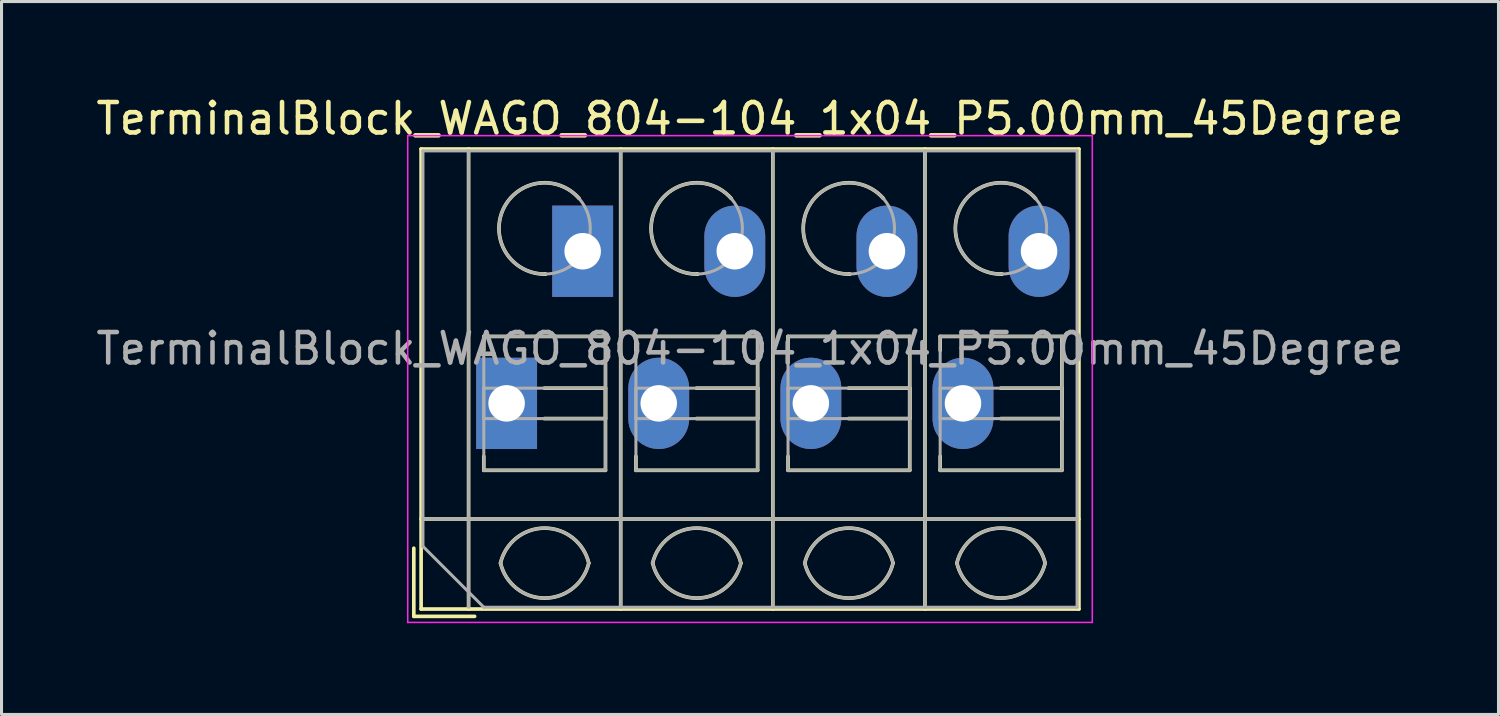
<source format=kicad_pcb>
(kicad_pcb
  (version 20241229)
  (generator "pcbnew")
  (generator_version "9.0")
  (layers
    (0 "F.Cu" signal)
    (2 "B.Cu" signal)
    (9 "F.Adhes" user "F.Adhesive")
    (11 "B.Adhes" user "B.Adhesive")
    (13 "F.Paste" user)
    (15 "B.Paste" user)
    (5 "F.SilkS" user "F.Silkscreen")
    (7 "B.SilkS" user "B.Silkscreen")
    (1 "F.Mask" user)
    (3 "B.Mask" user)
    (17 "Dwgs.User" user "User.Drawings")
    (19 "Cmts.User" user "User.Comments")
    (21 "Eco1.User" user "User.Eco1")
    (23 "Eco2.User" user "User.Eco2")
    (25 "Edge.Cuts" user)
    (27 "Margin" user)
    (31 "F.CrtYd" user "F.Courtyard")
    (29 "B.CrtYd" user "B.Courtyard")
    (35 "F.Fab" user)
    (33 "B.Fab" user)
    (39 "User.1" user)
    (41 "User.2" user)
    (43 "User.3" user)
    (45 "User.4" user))
  (footprint "TerminalBlock_WAGO_804-104_1x04_P5.00mm_45Degree"
    (layer "F.Cu")
    (at 13.601 10.208)
    (property "Reference" "TerminalBlock_WAGO_804-104_1x04_P5.00mm_45Degree" (at 8 -9.36 0) (layer "F.SilkS") (effects (font (size 1 1) (thickness 0.15))))
    (attr through_hole)
    (fp_line (start -3.05 4.76) (end -3.05 7) (stroke (width 0.12) (type solid)) (layer "F.SilkS"))
    (fp_line (start -3.05 7) (end -1.05 7) (stroke (width 0.12) (type solid)) (layer "F.SilkS"))
    (fp_line (start -2.81 -8.361) (end -2.81 6.76) (stroke (width 0.12) (type solid)) (layer "F.SilkS"))
    (fp_line (start -2.81 -8.361) (end 18.811 -8.361) (stroke (width 0.12) (type solid)) (layer "F.SilkS"))
    (fp_line (start -2.81 3.8) (end 18.811 3.8) (stroke (width 0.12) (type solid)) (layer "F.SilkS"))
    (fp_line (start -2.81 6.76) (end 18.811 6.76) (stroke (width 0.12) (type solid)) (layer "F.SilkS"))
    (fp_line (start -1.25 -8.361) (end -1.25 6.76) (stroke (width 0.12) (type solid)) (layer "F.SilkS"))
    (fp_line (start -0.75 -2.2) (end -0.75 -1.74) (stroke (width 0.12) (type solid)) (layer "F.SilkS"))
    (fp_line (start -0.75 -2.2) (end 3.25 -2.2) (stroke (width 0.12) (type solid)) (layer "F.SilkS"))
    (fp_line (start -0.75 1.74) (end -0.75 2.2) (stroke (width 0.12) (type solid)) (layer "F.SilkS"))
    (fp_line (start -0.75 2.2) (end 3.25 2.2) (stroke (width 0.12) (type solid)) (layer "F.SilkS"))
    (fp_line (start 1.24 -0.5) (end 3.25 -0.5) (stroke (width 0.12) (type solid)) (layer "F.SilkS"))
    (fp_line (start 1.24 0.5) (end 3.25 0.5) (stroke (width 0.12) (type solid)) (layer "F.SilkS"))
    (fp_line (start 3.25 -2.2) (end 3.25 2.2) (stroke (width 0.12) (type solid)) (layer "F.SilkS"))
    (fp_line (start 3.25 -0.5) (end 3.25 0.5) (stroke (width 0.12) (type solid)) (layer "F.SilkS"))
    (fp_line (start 3.75 -8.361) (end 3.75 6.76) (stroke (width 0.12) (type solid)) (layer "F.SilkS"))
    (fp_line (start 4.25 -2.2) (end 4.25 -1.74) (stroke (width 0.12) (type solid)) (layer "F.SilkS"))
    (fp_line (start 4.25 -2.2) (end 8.25 -2.2) (stroke (width 0.12) (type solid)) (layer "F.SilkS"))
    (fp_line (start 4.25 1.74) (end 4.25 2.2) (stroke (width 0.12) (type solid)) (layer "F.SilkS"))
    (fp_line (start 4.25 2.2) (end 8.25 2.2) (stroke (width 0.12) (type solid)) (layer "F.SilkS"))
    (fp_line (start 6.24 -0.5) (end 8.25 -0.5) (stroke (width 0.12) (type solid)) (layer "F.SilkS"))
    (fp_line (start 6.24 0.5) (end 8.25 0.5) (stroke (width 0.12) (type solid)) (layer "F.SilkS"))
    (fp_line (start 8.25 -2.2) (end 8.25 2.2) (stroke (width 0.12) (type solid)) (layer "F.SilkS"))
    (fp_line (start 8.25 -0.5) (end 8.25 0.5) (stroke (width 0.12) (type solid)) (layer "F.SilkS"))
    (fp_line (start 8.75 -8.361) (end 8.75 6.76) (stroke (width 0.12) (type solid)) (layer "F.SilkS"))
    (fp_line (start 9.25 -2.2) (end 9.25 -1.74) (stroke (width 0.12) (type solid)) (layer "F.SilkS"))
    (fp_line (start 9.25 -2.2) (end 13.25 -2.2) (stroke (width 0.12) (type solid)) (layer "F.SilkS"))
    (fp_line (start 9.25 1.74) (end 9.25 2.2) (stroke (width 0.12) (type solid)) (layer "F.SilkS"))
    (fp_line (start 9.25 2.2) (end 13.25 2.2) (stroke (width 0.12) (type solid)) (layer "F.SilkS"))
    (fp_line (start 11.24 -0.5) (end 13.25 -0.5) (stroke (width 0.12) (type solid)) (layer "F.SilkS"))
    (fp_line (start 11.24 0.5) (end 13.25 0.5) (stroke (width 0.12) (type solid)) (layer "F.SilkS"))
    (fp_line (start 13.25 -2.2) (end 13.25 2.2) (stroke (width 0.12) (type solid)) (layer "F.SilkS"))
    (fp_line (start 13.25 -0.5) (end 13.25 0.5) (stroke (width 0.12) (type solid)) (layer "F.SilkS"))
    (fp_line (start 13.75 -8.361) (end 13.75 6.76) (stroke (width 0.12) (type solid)) (layer "F.SilkS"))
    (fp_line (start 14.25 -2.2) (end 14.25 -1.74) (stroke (width 0.12) (type solid)) (layer "F.SilkS"))
    (fp_line (start 14.25 -2.2) (end 18.25 -2.2) (stroke (width 0.12) (type solid)) (layer "F.SilkS"))
    (fp_line (start 14.25 1.74) (end 14.25 2.2) (stroke (width 0.12) (type solid)) (layer "F.SilkS"))
    (fp_line (start 14.25 2.2) (end 18.25 2.2) (stroke (width 0.12) (type solid)) (layer "F.SilkS"))
    (fp_line (start 16.24 -0.5) (end 18.25 -0.5) (stroke (width 0.12) (type solid)) (layer "F.SilkS"))
    (fp_line (start 16.24 0.5) (end 18.25 0.5) (stroke (width 0.12) (type solid)) (layer "F.SilkS"))
    (fp_line (start 18.25 -2.2) (end 18.25 2.2) (stroke (width 0.12) (type solid)) (layer "F.SilkS"))
    (fp_line (start 18.25 -0.5) (end 18.25 0.5) (stroke (width 0.12) (type solid)) (layer "F.SilkS"))
    (fp_line (start 18.811 -8.361) (end 18.811 6.76) (stroke (width 0.12) (type solid)) (layer "F.SilkS"))
    (fp_arc (start -0.200865 5.250424) (mid 1.250296 4.099926) (end 2.701 5.251) (stroke (width 0.12) (type solid)) (layer "F.SilkS"))
    (fp_arc (start 1.276179 -4.250228) (mid 1.26309 -4.250057) (end 1.25 -4.25) (stroke (width 0.12) (type solid)) (layer "F.SilkS"))
    (fp_arc (start 1.276275 -4.248926) (mid -0.121539 -6.360568) (end 2.383 -6.735) (stroke (width 0.12) (type solid)) (layer "F.SilkS"))
    (fp_arc (start 2.7 5.25) (mid 1.250068 6.400101) (end -0.199969 5.250133) (stroke (width 0.12) (type solid)) (layer "F.SilkS"))
    (fp_arc (start 4.799135 5.250424) (mid 6.250296 4.099926) (end 7.701 5.251) (stroke (width 0.12) (type solid)) (layer "F.SilkS"))
    (fp_arc (start 6.276179 -4.250228) (mid 6.26309 -4.250057) (end 6.25 -4.25) (stroke (width 0.12) (type solid)) (layer "F.SilkS"))
    (fp_arc (start 6.276275 -4.248926) (mid 4.878461 -6.360568) (end 7.383 -6.735) (stroke (width 0.12) (type solid)) (layer "F.SilkS"))
    (fp_arc (start 7.7 5.25) (mid 6.250068 6.400101) (end 4.800031 5.250133) (stroke (width 0.12) (type solid)) (layer "F.SilkS"))
    (fp_arc (start 9.799135 5.250424) (mid 11.250296 4.099926) (end 12.701 5.251) (stroke (width 0.12) (type solid)) (layer "F.SilkS"))
    (fp_arc (start 11.276179 -4.250228) (mid 11.26309 -4.250057) (end 11.25 -4.25) (stroke (width 0.12) (type solid)) (layer "F.SilkS"))
    (fp_arc (start 11.276275 -4.248926) (mid 9.878461 -6.360568) (end 12.383 -6.735) (stroke (width 0.12) (type solid)) (layer "F.SilkS"))
    (fp_arc (start 12.7 5.25) (mid 11.250068 6.400101) (end 9.800031 5.250133) (stroke (width 0.12) (type solid)) (layer "F.SilkS"))
    (fp_arc (start 14.799135 5.250424) (mid 16.250296 4.099926) (end 17.701 5.251) (stroke (width 0.12) (type solid)) (layer "F.SilkS"))
    (fp_arc (start 16.276179 -4.250228) (mid 16.26309 -4.250057) (end 16.25 -4.25) (stroke (width 0.12) (type solid)) (layer "F.SilkS"))
    (fp_arc (start 16.276275 -4.248926) (mid 14.878461 -6.360568) (end 17.383 -6.735) (stroke (width 0.12) (type solid)) (layer "F.SilkS"))
    (fp_arc (start 17.7 5.25) (mid 16.250068 6.400101) (end 14.800031 5.250133) (stroke (width 0.12) (type solid)) (layer "F.SilkS"))
    (fp_line (start -3.25 -8.8) (end -3.25 7.2) (stroke (width 0.05) (type solid)) (layer "F.CrtYd"))
    (fp_line (start -3.25 7.2) (end 19.25 7.2) (stroke (width 0.05) (type solid)) (layer "F.CrtYd"))
    (fp_line (start 19.25 -8.8) (end -3.25 -8.8) (stroke (width 0.05) (type solid)) (layer "F.CrtYd"))
    (fp_line (start 19.25 7.2) (end 19.25 -8.8) (stroke (width 0.05) (type solid)) (layer "F.CrtYd"))
    (fp_line (start -2.75 -8.3) (end 18.75 -8.3) (stroke (width 0.1) (type solid)) (layer "F.Fab"))
    (fp_line (start -2.75 3.8) (end 18.75 3.8) (stroke (width 0.1) (type solid)) (layer "F.Fab"))
    (fp_line (start -2.75 4.7) (end -2.75 -8.3) (stroke (width 0.1) (type solid)) (layer "F.Fab"))
    (fp_line (start -1.25 -8.3) (end -1.25 6.7) (stroke (width 0.1) (type solid)) (layer "F.Fab"))
    (fp_line (start -0.75 -2.2) (end -0.75 2.2) (stroke (width 0.1) (type solid)) (layer "F.Fab"))
    (fp_line (start -0.75 -0.5) (end -0.75 0.5) (stroke (width 0.1) (type solid)) (layer "F.Fab"))
    (fp_line (start -0.75 0.5) (end 3.25 0.5) (stroke (width 0.1) (type solid)) (layer "F.Fab"))
    (fp_line (start -0.75 2.2) (end 3.25 2.2) (stroke (width 0.1) (type solid)) (layer "F.Fab"))
    (fp_line (start -0.75 6.7) (end -2.75 4.7) (stroke (width 0.1) (type solid)) (layer "F.Fab"))
    (fp_line (start 3.25 -2.2) (end -0.75 -2.2) (stroke (width 0.1) (type solid)) (layer "F.Fab"))
    (fp_line (start 3.25 -0.5) (end -0.75 -0.5) (stroke (width 0.1) (type solid)) (layer "F.Fab"))
    (fp_line (start 3.25 0.5) (end 3.25 -0.5) (stroke (width 0.1) (type solid)) (layer "F.Fab"))
    (fp_line (start 3.25 2.2) (end 3.25 -2.2) (stroke (width 0.1) (type solid)) (layer "F.Fab"))
    (fp_line (start 3.75 -8.3) (end 3.75 6.7) (stroke (width 0.1) (type solid)) (layer "F.Fab"))
    (fp_line (start 4.25 -2.2) (end 4.25 2.2) (stroke (width 0.1) (type solid)) (layer "F.Fab"))
    (fp_line (start 4.25 -0.5) (end 4.25 0.5) (stroke (width 0.1) (type solid)) (layer "F.Fab"))
    (fp_line (start 4.25 0.5) (end 8.25 0.5) (stroke (width 0.1) (type solid)) (layer "F.Fab"))
    (fp_line (start 4.25 2.2) (end 8.25 2.2) (stroke (width 0.1) (type solid)) (layer "F.Fab"))
    (fp_line (start 8.25 -2.2) (end 4.25 -2.2) (stroke (width 0.1) (type solid)) (layer "F.Fab"))
    (fp_line (start 8.25 -0.5) (end 4.25 -0.5) (stroke (width 0.1) (type solid)) (layer "F.Fab"))
    (fp_line (start 8.25 0.5) (end 8.25 -0.5) (stroke (width 0.1) (type solid)) (layer "F.Fab"))
    (fp_line (start 8.25 2.2) (end 8.25 -2.2) (stroke (width 0.1) (type solid)) (layer "F.Fab"))
    (fp_line (start 8.75 -8.3) (end 8.75 6.7) (stroke (width 0.1) (type solid)) (layer "F.Fab"))
    (fp_line (start 9.25 -2.2) (end 9.25 2.2) (stroke (width 0.1) (type solid)) (layer "F.Fab"))
    (fp_line (start 9.25 -0.5) (end 9.25 0.5) (stroke (width 0.1) (type solid)) (layer "F.Fab"))
    (fp_line (start 9.25 0.5) (end 13.25 0.5) (stroke (width 0.1) (type solid)) (layer "F.Fab"))
    (fp_line (start 9.25 2.2) (end 13.25 2.2) (stroke (width 0.1) (type solid)) (layer "F.Fab"))
    (fp_line (start 13.25 -2.2) (end 9.25 -2.2) (stroke (width 0.1) (type solid)) (layer "F.Fab"))
    (fp_line (start 13.25 -0.5) (end 9.25 -0.5) (stroke (width 0.1) (type solid)) (layer "F.Fab"))
    (fp_line (start 13.25 0.5) (end 13.25 -0.5) (stroke (width 0.1) (type solid)) (layer "F.Fab"))
    (fp_line (start 13.25 2.2) (end 13.25 -2.2) (stroke (width 0.1) (type solid)) (layer "F.Fab"))
    (fp_line (start 13.75 -8.3) (end 13.75 6.7) (stroke (width 0.1) (type solid)) (layer "F.Fab"))
    (fp_line (start 14.25 -2.2) (end 14.25 2.2) (stroke (width 0.1) (type solid)) (layer "F.Fab"))
    (fp_line (start 14.25 -0.5) (end 14.25 0.5) (stroke (width 0.1) (type solid)) (layer "F.Fab"))
    (fp_line (start 14.25 0.5) (end 18.25 0.5) (stroke (width 0.1) (type solid)) (layer "F.Fab"))
    (fp_line (start 14.25 2.2) (end 18.25 2.2) (stroke (width 0.1) (type solid)) (layer "F.Fab"))
    (fp_line (start 18.25 -2.2) (end 14.25 -2.2) (stroke (width 0.1) (type solid)) (layer "F.Fab"))
    (fp_line (start 18.25 -0.5) (end 14.25 -0.5) (stroke (width 0.1) (type solid)) (layer "F.Fab"))
    (fp_line (start 18.25 0.5) (end 18.25 -0.5) (stroke (width 0.1) (type solid)) (layer "F.Fab"))
    (fp_line (start 18.25 2.2) (end 18.25 -2.2) (stroke (width 0.1) (type solid)) (layer "F.Fab"))
    (fp_line (start 18.75 -8.3) (end 18.75 6.7) (stroke (width 0.1) (type solid)) (layer "F.Fab"))
    (fp_line (start 18.75 6.7) (end -0.75 6.7) (stroke (width 0.1) (type solid)) (layer "F.Fab"))
    (fp_arc (start -0.200865 5.250424) (mid 1.250296 4.099926) (end 2.701 5.251) (stroke (width 0.1) (type solid)) (layer "F.Fab"))
    (fp_arc (start 2.7 5.25) (mid 1.250068 6.400101) (end -0.199969 5.250133) (stroke (width 0.1) (type solid)) (layer "F.Fab"))
    (fp_arc (start 4.799135 5.250424) (mid 6.250296 4.099926) (end 7.701 5.251) (stroke (width 0.1) (type solid)) (layer "F.Fab"))
    (fp_arc (start 7.7 5.25) (mid 6.250068 6.400101) (end 4.800031 5.250133) (stroke (width 0.1) (type solid)) (layer "F.Fab"))
    (fp_arc (start 9.799135 5.250424) (mid 11.250296 4.099926) (end 12.701 5.251) (stroke (width 0.1) (type solid)) (layer "F.Fab"))
    (fp_arc (start 12.7 5.25) (mid 11.250068 6.400101) (end 9.800031 5.250133) (stroke (width 0.1) (type solid)) (layer "F.Fab"))
    (fp_arc (start 14.799135 5.250424) (mid 16.250296 4.099926) (end 17.701 5.251) (stroke (width 0.1) (type solid)) (layer "F.Fab"))
    (fp_arc (start 17.7 5.25) (mid 16.250068 6.400101) (end 14.800031 5.250133) (stroke (width 0.1) (type solid)) (layer "F.Fab"))
    (fp_circle (center 1.25 -5.75) (end 2.75 -5.75) (stroke (width 0.1) (type solid)) (fill no) (layer "F.Fab"))
    (fp_circle (center 6.25 -5.75) (end 7.75 -5.75) (stroke (width 0.1) (type solid)) (fill no) (layer "F.Fab"))
    (fp_circle (center 11.25 -5.75) (end 12.75 -5.75) (stroke (width 0.1) (type solid)) (fill no) (layer "F.Fab"))
    (fp_circle (center 16.25 -5.75) (end 17.75 -5.75) (stroke (width 0.1) (type solid)) (fill no) (layer "F.Fab"))
    (fp_text user "${REFERENCE}" (at 8 -1.8 0) (layer "F.Fab") (effects (font (size 1 1) (thickness 0.15))))
    (pad "1" thru_hole rect (at 0 0) (size 2 3) (drill 1.2) (layers "*.Cu" "*.Mask"))
    (pad "1" thru_hole rect (at 2.5 -5) (size 2 3) (drill 1.2) (layers "*.Cu" "*.Mask"))
    (pad "2" thru_hole oval (at 5 0) (size 2 3) (drill 1.2) (layers "*.Cu" "*.Mask"))
    (pad "2" thru_hole oval (at 7.5 -5) (size 2 3) (drill 1.2) (layers "*.Cu" "*.Mask"))
    (pad "3" thru_hole oval (at 10 0) (size 2 3) (drill 1.2) (layers "*.Cu" "*.Mask"))
    (pad "3" thru_hole oval (at 12.5 -5) (size 2 3) (drill 1.2) (layers "*.Cu" "*.Mask"))
    (pad "4" thru_hole oval (at 15 0) (size 2 3) (drill 1.2) (layers "*.Cu" "*.Mask"))
    (pad "4" thru_hole oval (at 17.5 -5) (size 2 3) (drill 1.2) (layers "*.Cu" "*.Mask")))
  (gr_rect
    (start -3 -3)
    (end 46.202 20.433)
    (stroke (width 0.1) (type default))
    (fill no)
    (layer "Edge.Cuts")))
</source>
